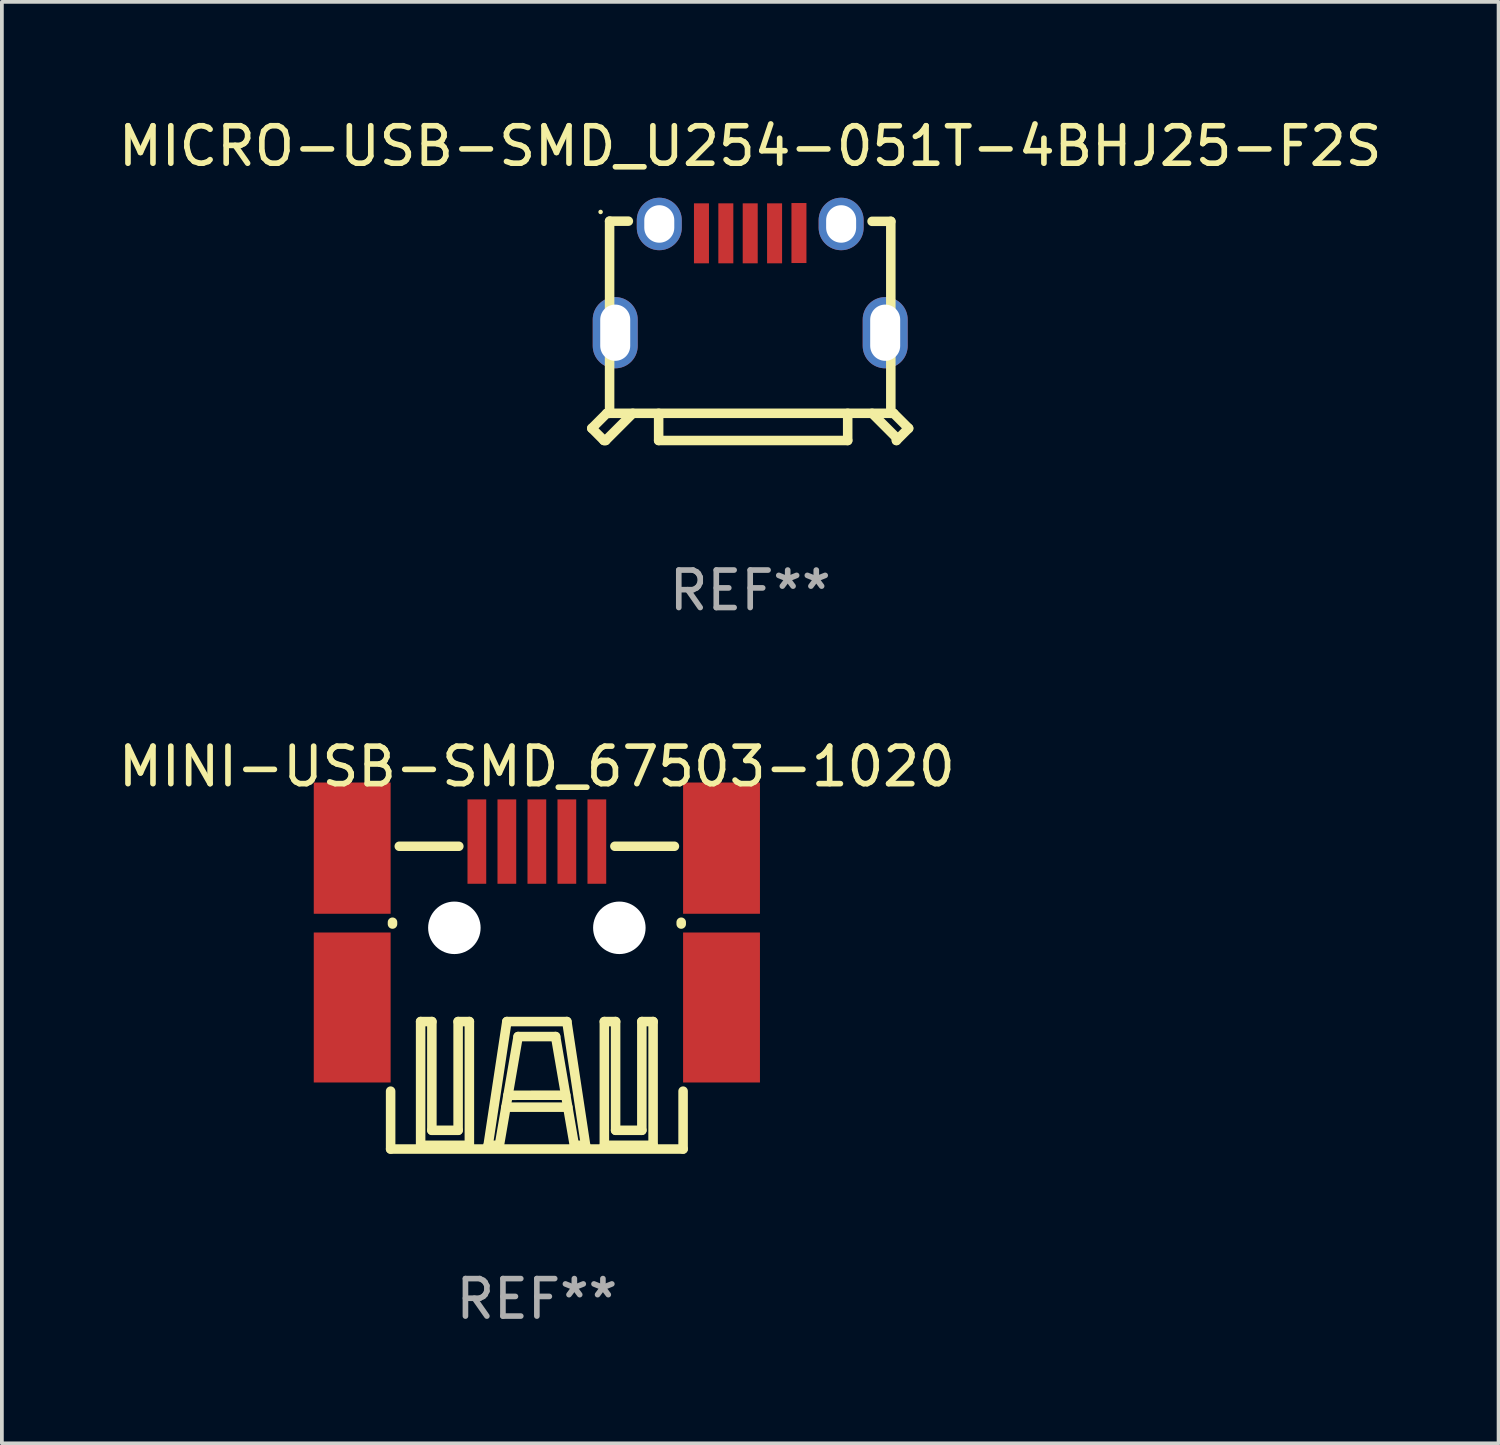
<source format=kicad_pcb>
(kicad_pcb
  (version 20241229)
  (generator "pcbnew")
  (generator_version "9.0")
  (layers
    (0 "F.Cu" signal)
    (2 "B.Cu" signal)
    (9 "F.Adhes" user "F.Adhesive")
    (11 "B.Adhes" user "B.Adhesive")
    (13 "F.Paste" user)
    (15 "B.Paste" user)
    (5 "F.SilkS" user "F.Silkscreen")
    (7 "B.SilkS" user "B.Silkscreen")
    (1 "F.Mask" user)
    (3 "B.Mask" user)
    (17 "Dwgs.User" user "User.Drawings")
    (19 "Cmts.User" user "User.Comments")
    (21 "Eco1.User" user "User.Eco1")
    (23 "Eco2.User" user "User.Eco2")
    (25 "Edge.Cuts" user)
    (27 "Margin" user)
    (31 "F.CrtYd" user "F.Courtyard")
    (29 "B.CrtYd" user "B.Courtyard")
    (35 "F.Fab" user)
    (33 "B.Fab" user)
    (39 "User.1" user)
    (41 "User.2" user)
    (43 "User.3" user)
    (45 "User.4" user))
  (footprint "MINI-USB-SMD_67503-1020"
    (layer "F.Cu")
    (at 11.268 23.495)
    (property "Reference" "MINI-USB-SMD_67503-1020" (at 0 -6.1 0) (layer "F.SilkS") (effects (font (size 1 1) (thickness 0.15))))
    (attr through_hole)
    (fp_line (start -3.9 2.556) (end -3.9 4.1) (stroke (width 0.254) (type solid)) (layer "F.SilkS"))
    (fp_line (start -3.9 4.1) (end 3.9 4.1) (stroke (width 0.254) (type solid)) (layer "F.SilkS"))
    (fp_line (start -3.85 -1.901) (end -3.85 -1.949) (stroke (width 0.254) (type solid)) (layer "F.SilkS"))
    (fp_line (start -3.1 0.7) (end -3.1 4) (stroke (width 0.254) (type solid)) (layer "F.SilkS"))
    (fp_line (start -3.1 4) (end -1.8 4) (stroke (width 0.254) (type solid)) (layer "F.SilkS"))
    (fp_line (start -2.8 0.7) (end -3.1 0.7) (stroke (width 0.254) (type solid)) (layer "F.SilkS"))
    (fp_line (start -2.8 3.6) (end -2.8 0.7) (stroke (width 0.254) (type solid)) (layer "F.SilkS"))
    (fp_line (start -2.1 0.7) (end -2.1 3.6) (stroke (width 0.254) (type solid)) (layer "F.SilkS"))
    (fp_line (start -2.1 3.6) (end -2.8 3.6) (stroke (width 0.254) (type solid)) (layer "F.SilkS"))
    (fp_line (start -2.081 -3.975) (end -3.669 -3.975) (stroke (width 0.254) (type solid)) (layer "F.SilkS"))
    (fp_line (start -1.8 0.7) (end -2.1 0.7) (stroke (width 0.254) (type solid)) (layer "F.SilkS"))
    (fp_line (start -1.8 4) (end -1.8 0.7) (stroke (width 0.254) (type solid)) (layer "F.SilkS"))
    (fp_line (start -1.3 4) (end -0.8 0.7) (stroke (width 0.254) (type solid)) (layer "F.SilkS"))
    (fp_line (start -1 4) (end -1.3 4) (stroke (width 0.254) (type solid)) (layer "F.SilkS"))
    (fp_line (start -0.825 2.983) (end 0.825 2.983) (stroke (width 0.254) (type solid)) (layer "F.SilkS"))
    (fp_line (start -0.8 0.7) (end 0.8 0.7) (stroke (width 0.254) (type solid)) (layer "F.SilkS"))
    (fp_line (start -0.77 2.666) (end 0.77 2.665) (stroke (width 0.254) (type solid)) (layer "F.SilkS"))
    (fp_line (start -0.5 1.1) (end -1 4) (stroke (width 0.254) (type solid)) (layer "F.SilkS"))
    (fp_line (start 0.5 1.1) (end -0.5 1.1) (stroke (width 0.254) (type solid)) (layer "F.SilkS"))
    (fp_line (start 0.8 0.7) (end 1.3 4) (stroke (width 0.254) (type solid)) (layer "F.SilkS"))
    (fp_line (start 1 4) (end 0.5 1.1) (stroke (width 0.254) (type solid)) (layer "F.SilkS"))
    (fp_line (start 1.3 4) (end 1 4) (stroke (width 0.254) (type solid)) (layer "F.SilkS"))
    (fp_line (start 1.8 0.7) (end 1.8 4) (stroke (width 0.254) (type solid)) (layer "F.SilkS"))
    (fp_line (start 1.8 4) (end 3.1 4) (stroke (width 0.254) (type solid)) (layer "F.SilkS"))
    (fp_line (start 2.1 0.7) (end 1.8 0.7) (stroke (width 0.254) (type solid)) (layer "F.SilkS"))
    (fp_line (start 2.1 3.6) (end 2.1 0.7) (stroke (width 0.254) (type solid)) (layer "F.SilkS"))
    (fp_line (start 2.8 0.7) (end 2.8 3.6) (stroke (width 0.254) (type solid)) (layer "F.SilkS"))
    (fp_line (start 2.8 3.6) (end 2.1 3.6) (stroke (width 0.254) (type solid)) (layer "F.SilkS"))
    (fp_line (start 3.1 0.7) (end 2.8 0.7) (stroke (width 0.254) (type solid)) (layer "F.SilkS"))
    (fp_line (start 3.1 4) (end 3.1 0.7) (stroke (width 0.254) (type solid)) (layer "F.SilkS"))
    (fp_line (start 3.669 -3.975) (end 2.081 -3.975) (stroke (width 0.254) (type solid)) (layer "F.SilkS"))
    (fp_line (start 3.85 -1.901) (end 3.85 -1.949) (stroke (width 0.254) (type solid)) (layer "F.SilkS"))
    (fp_line (start 3.9 4.1) (end 3.9 2.556) (stroke (width 0.254) (type solid)) (layer "F.SilkS"))
    (fp_text user "REF**" (at 0 8.1 0) (layer "F.Fab") (effects (font (size 1 1) (thickness 0.15))))
    (pad "" np_thru_hole circle (at -2.2 -1.8) (size 1.4 1.4) (drill 1.4) (layers "*.Cu" "*.Mask"))
    (pad "" np_thru_hole circle (at 2.2 -1.8) (size 1.4 1.4) (drill 1.4) (layers "*.Cu" "*.Mask"))
    (pad "1" smd rect (at -1.6 -4.1 90) (size 2.25 0.5) (layers "F.Cu" "F.Mask" "F.Paste"))
    (pad "2" smd rect (at -0.8 -4.1 90) (size 2.25 0.5) (layers "F.Cu" "F.Mask" "F.Paste"))
    (pad "3" smd rect (at 0.000127 -4.1 90) (size 2.25 0.5) (layers "F.Cu" "F.Mask" "F.Paste"))
    (pad "4" smd rect (at 0.8 -4.1 90) (size 2.25 0.5) (layers "F.Cu" "F.Mask" "F.Paste"))
    (pad "5" smd rect (at 1.6 -4.1 90) (size 2.25 0.5) (layers "F.Cu" "F.Mask" "F.Paste"))
    (pad "6" smd rect (at 4.925 -3.925 90) (size 3.5 2.05) (layers "F.Cu" "F.Mask" "F.Paste"))
    (pad "7" smd rect (at 4.925 0.325 90) (size 4 2.05) (layers "F.Cu" "F.Mask" "F.Paste"))
    (pad "8" smd rect (at -4.925 0.325 90) (size 4 2.05) (layers "F.Cu" "F.Mask" "F.Paste"))
    (pad "9" smd rect (at -4.925 -3.925 90) (size 3.5 2.05) (layers "F.Cu" "F.Mask" "F.Paste")))
  (footprint "MICRO-USB-SMD_U254-051T-4BHJ25-F2S"
    (layer "F.Cu")
    (at 16.958 5.773)
    (property "Reference" "MICRO-USB-SMD_U254-051T-4BHJ25-F2S" (at 0 -4.925 0) (layer "F.SilkS") (effects (font (size 1 1) (thickness 0.15))))
    (attr through_hole)
    (fp_line (start -4.225 2.6) (end -3.9 2.925) (stroke (width 0.254) (type solid)) (layer "F.SilkS"))
    (fp_line (start -3.9 2.925) (end -3.856 2.925) (stroke (width 0.254) (type solid)) (layer "F.SilkS"))
    (fp_line (start -3.856 2.925) (end -3.131 2.2) (stroke (width 0.254) (type solid)) (layer "F.SilkS"))
    (fp_line (start -3.825 2.2) (end -4.225 2.6) (stroke (width 0.254) (type solid)) (layer "F.SilkS"))
    (fp_line (start -3.75 -2.925) (end -3.25 -2.925) (stroke (width 0.254) (type solid)) (layer "F.SilkS"))
    (fp_line (start -3.75 2.2) (end -3.825 2.2) (stroke (width 0.254) (type solid)) (layer "F.SilkS"))
    (fp_line (start -3.75 2.2) (end -3.75 -2.925) (stroke (width 0.254) (type solid)) (layer "F.SilkS"))
    (fp_line (start -2.442 2.2) (end -2.442 2.925) (stroke (width 0.254) (type solid)) (layer "F.SilkS"))
    (fp_line (start -2.442 2.925) (end 2.6 2.925) (stroke (width 0.254) (type solid)) (layer "F.SilkS"))
    (fp_line (start 2.6 2.925) (end 2.6 2.2) (stroke (width 0.254) (type solid)) (layer "F.SilkS"))
    (fp_line (start 3.25 -2.92) (end 3.75 -2.92) (stroke (width 0.254) (type solid)) (layer "F.SilkS"))
    (fp_line (start 3.75 -2.92) (end 3.75 2.2) (stroke (width 0.254) (type solid)) (layer "F.SilkS"))
    (fp_line (start 3.75 2.2) (end -3.75 2.2) (stroke (width 0.254) (type solid)) (layer "F.SilkS"))
    (fp_line (start 3.75 2.2) (end 3.825 2.2) (stroke (width 0.254) (type solid)) (layer "F.SilkS"))
    (fp_line (start 3.825 2.2) (end 4.225 2.6) (stroke (width 0.254) (type solid)) (layer "F.SilkS"))
    (fp_line (start 3.9 2.85) (end 3.25 2.2) (stroke (width 0.254) (type solid)) (layer "F.SilkS"))
    (fp_line (start 3.9 2.925) (end 3.9 2.85) (stroke (width 0.254) (type solid)) (layer "F.SilkS"))
    (fp_line (start 4.225 2.6) (end 3.9 2.925) (stroke (width 0.254) (type solid)) (layer "F.SilkS"))
    (fp_circle (center -3.99 -3.17) (end -3.96 -3.17) (stroke (width 0.06) (type solid)) (fill no) (layer "F.SilkS"))
    (fp_text user "REF**" (at 0 6.925 0) (layer "F.Fab") (effects (font (size 1 1) (thickness 0.15))))
    (pad "1" smd rect (at -1.3 -2.6) (size 0.4 1.6) (layers "F.Cu" "F.Mask" "F.Paste"))
    (pad "2" smd rect (at -0.65 -2.6) (size 0.4 1.6) (layers "F.Cu" "F.Mask" "F.Paste"))
    (pad "3" smd rect (at 0 -2.6) (size 0.4 1.6) (layers "F.Cu" "F.Mask" "F.Paste"))
    (pad "4" smd rect (at 0.65 -2.6) (size 0.4 1.6) (layers "F.Cu" "F.Mask" "F.Paste"))
    (pad "5" smd rect (at 1.3 -2.608) (size 0.4 1.6) (layers "F.Cu" "F.Mask" "F.Paste"))
    (pad "6" thru_hole oval (at -3.6 0.05) (size 1.2 1.9) (drill oval 0.8 1.5) (layers "*.Cu" "*.Mask"))
    (pad "6" thru_hole oval (at -2.425 -2.85) (size 1.2 1.4) (drill oval 0.8 1) (layers "*.Cu" "*.Mask"))
    (pad "6" thru_hole oval (at 2.425 -2.85) (size 1.2 1.4) (drill oval 0.8 1) (layers "*.Cu" "*.Mask"))
    (pad "6" thru_hole oval (at 3.6 0.05) (size 1.2 1.9) (drill oval 0.8 1.5) (layers "*.Cu" "*.Mask")))
  (gr_rect
    (start -3 -3)
    (end 36.917 35.443)
    (stroke (width 0.1) (type default))
    (fill no)
    (layer "Edge.Cuts")))
</source>
